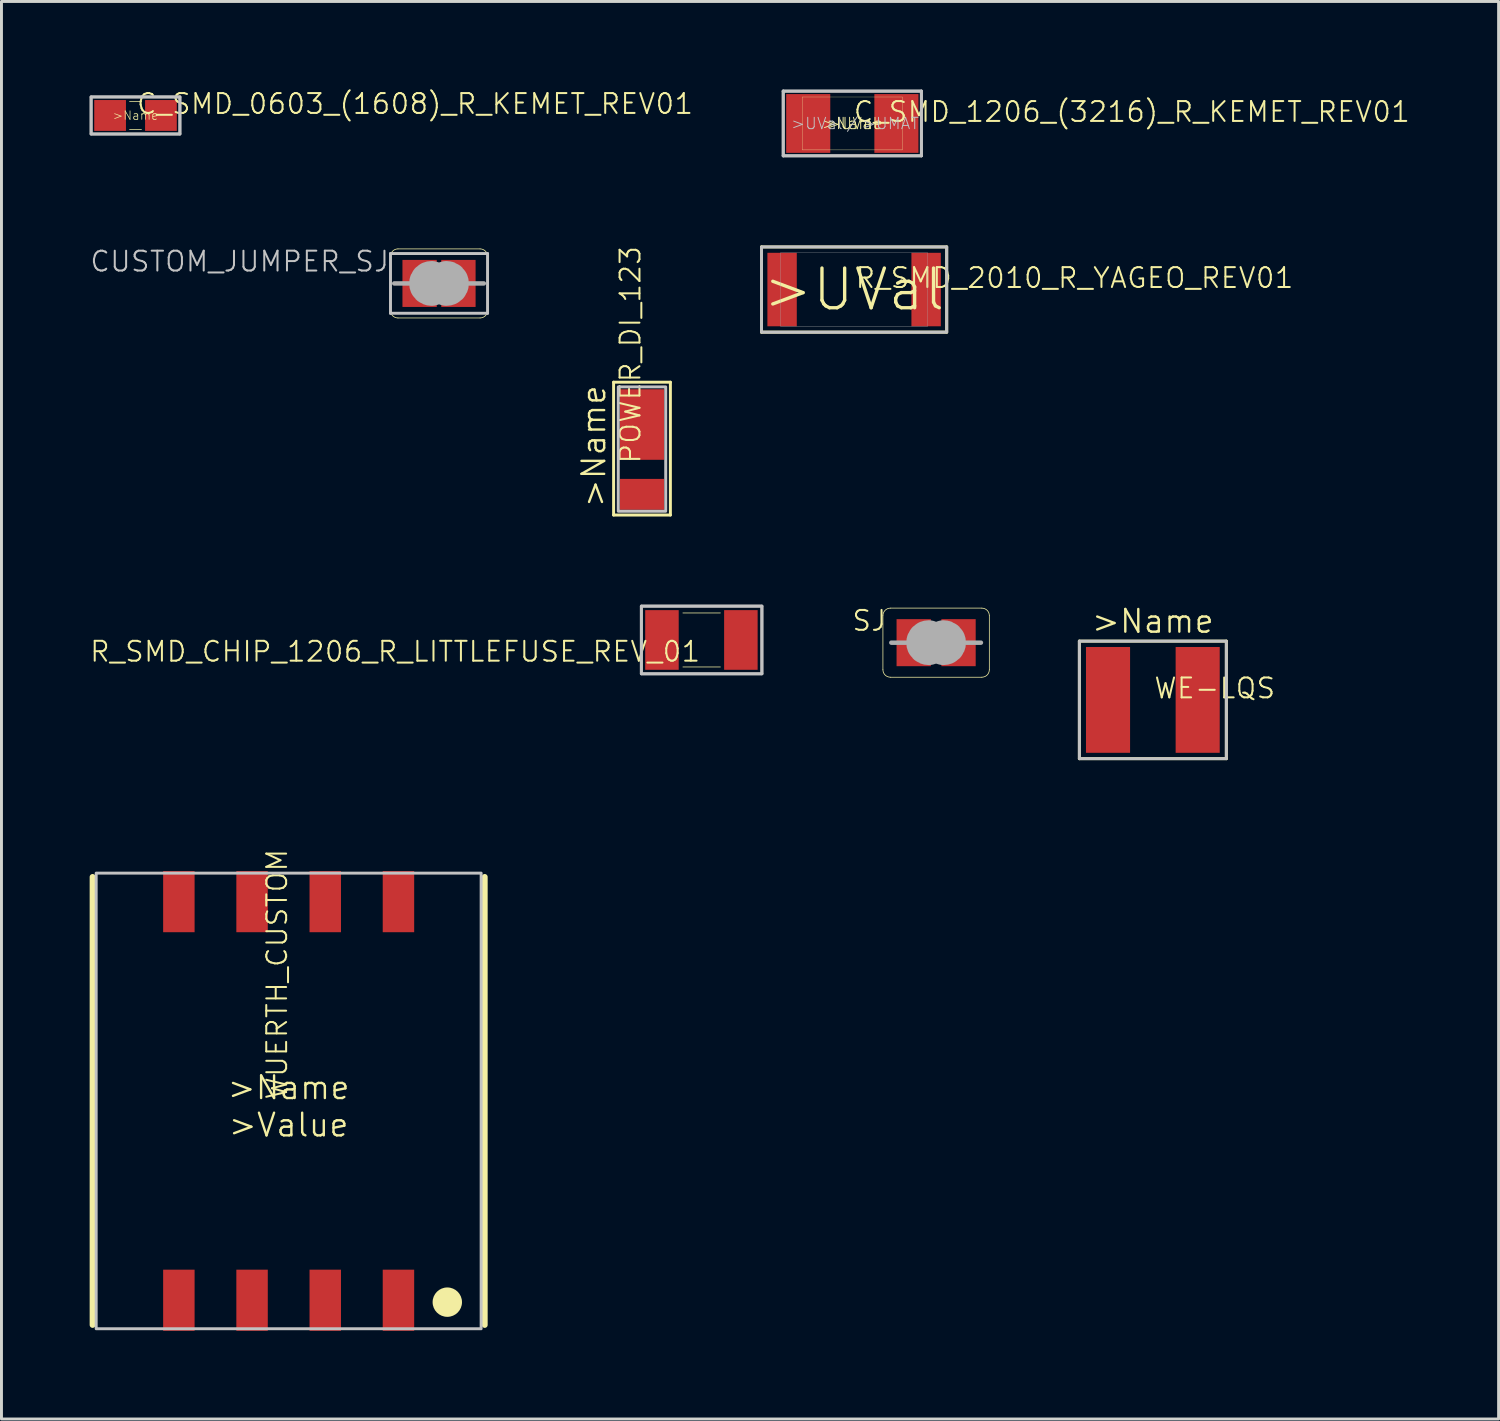
<source format=kicad_pcb>
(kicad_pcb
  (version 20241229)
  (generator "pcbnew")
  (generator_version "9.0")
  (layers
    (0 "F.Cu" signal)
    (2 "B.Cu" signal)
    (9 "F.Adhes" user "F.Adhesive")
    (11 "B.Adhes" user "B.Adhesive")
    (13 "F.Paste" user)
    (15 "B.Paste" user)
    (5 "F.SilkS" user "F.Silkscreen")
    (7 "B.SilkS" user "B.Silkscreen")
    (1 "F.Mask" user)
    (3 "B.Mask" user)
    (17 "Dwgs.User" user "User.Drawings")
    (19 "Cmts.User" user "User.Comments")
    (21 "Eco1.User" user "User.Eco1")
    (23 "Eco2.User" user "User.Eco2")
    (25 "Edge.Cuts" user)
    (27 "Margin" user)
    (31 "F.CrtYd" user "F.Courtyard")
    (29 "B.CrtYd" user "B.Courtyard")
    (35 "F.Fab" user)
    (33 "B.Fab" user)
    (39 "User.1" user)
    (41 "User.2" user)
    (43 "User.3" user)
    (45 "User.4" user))
  (footprint "C_SMD_0603_(1608)_R_KEMET_REV01"
    (layer "F.Cu")
    (at 1.56 0.878)
    (property "Reference" "C_SMD_0603_(1608)_R_KEMET_REV01" (at 0 0 180) (layer "F.SilkS") (effects (font (size 0.676 0.676) (thickness 0.068)) (justify left bottom)))
    (attr through_hole)
    (fp_line (start -0.203 -0.475) (end 0.203 -0.475) (stroke (width 0.025) (type solid)) (layer "F.SilkS"))
    (fp_line (start 0.203 0.475) (end -0.203 0.475) (stroke (width 0.025) (type solid)) (layer "F.SilkS"))
    (fp_poly (pts (xy -1.51 -0.63) (xy 1.51 -0.63) (xy 1.51 0.63) (xy -1.51 0.63)) (stroke (width 0.1) (type solid)) (fill no) (layer "Dwgs.User"))
    (fp_line (start -1.51 -0.63) (end 1.51 -0.63) (stroke (width 0.1) (type solid)) (layer "F.Fab"))
    (fp_line (start -1.51 0.63) (end -1.51 -0.63) (stroke (width 0.1) (type solid)) (layer "F.Fab"))
    (fp_line (start 1.51 -0.63) (end 1.51 0.63) (stroke (width 0.1) (type solid)) (layer "F.Fab"))
    (fp_line (start 1.51 0.63) (end -1.51 0.63) (stroke (width 0.1) (type solid)) (layer "F.Fab"))
    (fp_text user ">Name" (at 0 0 0) (layer "F.SilkS") (effects (font (size 0.29 0.29) (thickness 0.024))))
    (pad "1" smd rect (at -0.865 0) (size 1.08 1.05) (layers "F.Cu" "F.Mask" "F.Paste"))
    (pad "2" smd rect (at 0.865 0) (size 1.08 1.05) (layers "F.Cu" "F.Mask" "F.Paste")))
  (footprint "C_SMD_1206_(3216)_R_KEMET_REV01"
    (layer "F.Cu")
    (at 25.945 1.15)
    (property "Reference" "C_SMD_1206_(3216)_R_KEMET_REV01" (at 0 0 0) (layer "F.SilkS") (effects (font (size 0.676 0.676) (thickness 0.068)) (justify left bottom)))
    (attr through_hole)
    (fp_line (start -1.7 -0.9) (end 1.7 -0.9) (stroke (width 0.01) (type solid)) (layer "F.SilkS"))
    (fp_line (start -1.7 0.9) (end -1.7 -0.9) (stroke (width 0.01) (type solid)) (layer "F.SilkS"))
    (fp_line (start 1.7 -0.9) (end 1.7 0.9) (stroke (width 0.01) (type solid)) (layer "F.SilkS"))
    (fp_line (start 1.7 0.9) (end -1.7 0.9) (stroke (width 0.01) (type solid)) (layer "F.SilkS"))
    (fp_line (start -2.35 -1.1) (end 2.35 -1.1) (stroke (width 0.1) (type solid)) (layer "Dwgs.User"))
    (fp_line (start -2.35 -1.1) (end 2.35 -1.1) (stroke (width 0.1) (type solid)) (layer "Dwgs.User"))
    (fp_line (start -2.35 1.1) (end -2.35 -1.1) (stroke (width 0.1) (type solid)) (layer "Dwgs.User"))
    (fp_line (start -2.35 1.1) (end -2.35 -1.1) (stroke (width 0.1) (type solid)) (layer "Dwgs.User"))
    (fp_line (start 2.35 -1.1) (end 2.35 1.1) (stroke (width 0.1) (type solid)) (layer "Dwgs.User"))
    (fp_line (start 2.35 -1.1) (end 2.35 1.1) (stroke (width 0.1) (type solid)) (layer "Dwgs.User"))
    (fp_line (start 2.35 1.1) (end -2.35 1.1) (stroke (width 0.1) (type solid)) (layer "Dwgs.User"))
    (fp_line (start 2.35 1.1) (end -2.35 1.1) (stroke (width 0.1) (type solid)) (layer "Dwgs.User"))
    (fp_text user ">Name" (at 0 0 0) (layer "F.SilkS") (effects (font (size 0.386 0.386) (thickness 0.033))))
    (fp_text user ">UVal" (at 0 0 0) (layer "F.SilkS") (effects (font (size 0.386 0.386) (thickness 0.033))))
    (fp_text user ">UMAT" (at 0.3 0 0) (layer "Dwgs.User") (effects (font (size 0.386 0.386) (thickness 0.033)) (justify left)))
    (fp_text user "/" (at 0 0 0) (layer "Dwgs.User") (effects (font (size 0.386 0.386) (thickness 0.033))))
    (fp_text user ">UVal" (at -0.3 0 0) (layer "Dwgs.User") (effects (font (size 0.386 0.386) (thickness 0.033)) (justify right)))
    (pad "P$1" smd rect (at -1.5 0) (size 1.5 2) (layers "F.Cu" "F.Mask" "F.Paste"))
    (pad "P$2" smd rect (at 1.5 0) (size 1.5 2) (layers "F.Cu" "F.Mask" "F.Paste")))
  (footprint "WE-LQS"
    (layer "F.Cu")
    (at 36.169 20.76)
    (property "Reference" "WE-LQS" (at 0 0 0) (layer "F.SilkS") (effects (font (size 0.676 0.676) (thickness 0.068)) (justify left bottom)))
    (attr through_hole)
    (fp_line (start -2.5 -2) (end 2.5 -2) (stroke (width 0.1) (type solid)) (layer "F.SilkS"))
    (fp_line (start -2.5 2) (end -2.5 -2) (stroke (width 0.1) (type solid)) (layer "F.SilkS"))
    (fp_line (start 2.5 -2) (end 2.5 2) (stroke (width 0.1) (type solid)) (layer "F.SilkS"))
    (fp_line (start 2.5 2) (end -2.5 2) (stroke (width 0.1) (type solid)) (layer "F.SilkS"))
    (fp_poly (pts (xy -2.5 -2) (xy 2.5 -2) (xy 2.5 2) (xy -2.5 2)) (stroke (width 0.1) (type solid)) (fill no) (layer "Dwgs.User"))
    (fp_text user ">Name" (at 0 -2.223 0) (layer "F.SilkS") (effects (font (size 0.772 0.772) (thickness 0.081)) (justify bottom)))
    (pad "1" smd rect (at -1.525 0 90) (size 3.6 1.5) (layers "F.Cu" "F.Mask" "F.Paste"))
    (pad "2" smd rect (at 1.525 0 90) (size 3.6 1.5) (layers "F.Cu" "F.Mask" "F.Paste")))
  (footprint "R_SMD_2010_R_YAGEO_REV01"
    (layer "F.Cu")
    (at 26.006 6.8)
    (property "Reference" "R_SMD_2010_R_YAGEO_REV01" (at 0 0 0) (layer "F.SilkS") (effects (font (size 0.676 0.676) (thickness 0.068)) (justify left bottom)))
    (attr through_hole)
    (fp_line (start -3.15 -1.45) (end 3.15 -1.45) (stroke (width 0.1) (type solid)) (layer "F.SilkS"))
    (fp_line (start -3.15 1.45) (end -3.15 -1.45) (stroke (width 0.1) (type solid)) (layer "F.SilkS"))
    (fp_line (start 3.15 -1.45) (end 3.15 1.45) (stroke (width 0.1) (type solid)) (layer "F.SilkS"))
    (fp_line (start 3.15 1.45) (end -3.15 1.45) (stroke (width 0.1) (type solid)) (layer "F.SilkS"))
    (fp_poly (pts (xy -3.15 -1.45) (xy 3.15 -1.45) (xy 3.15 1.45) (xy -3.15 1.45)) (stroke (width 0.1) (type solid)) (fill no) (layer "Dwgs.User"))
    (fp_line (start -2.5 -1.25) (end 2.5 -1.25) (stroke (width 0.01) (type solid)) (layer "F.Fab"))
    (fp_line (start -2.5 1.25) (end -2.5 -1.25) (stroke (width 0.01) (type solid)) (layer "F.Fab"))
    (fp_line (start 2.5 -1.25) (end 2.5 1.25) (stroke (width 0.01) (type solid)) (layer "F.Fab"))
    (fp_line (start 2.5 1.25) (end -2.5 1.25) (stroke (width 0.01) (type solid)) (layer "F.Fab"))
    (fp_text user ">UVal" (at 0 0 0) (layer "F.SilkS") (effects (font (size 1.351 1.351) (thickness 0.114))))
    (pad "P$1" smd rect (at -2.45 0) (size 1 2.5) (layers "F.Cu" "F.Mask" "F.Paste"))
    (pad "P$2" smd rect (at 2.45 0) (size 1 2.5) (layers "F.Cu" "F.Mask" "F.Paste")))
  (footprint "WUERTH_CUSTOM"
    (layer "F.Cu")
    (at 6.77 34.403)
    (property "Reference" "WUERTH_CUSTOM" (at 0 0 90) (layer "F.SilkS") (effects (font (size 0.676 0.676) (thickness 0.068)) (justify left bottom)))
    (attr through_hole)
    (fp_line (start -6.67 -7.62) (end -6.67 7.62) (stroke (width 0.2) (type solid)) (layer "F.SilkS"))
    (fp_line (start 6.67 7.62) (end 6.67 -7.62) (stroke (width 0.2) (type solid)) (layer "F.SilkS"))
    (fp_circle (center 5.397 6.845) (end 5.897 6.845) (stroke (width 0) (type solid)) (fill yes) (layer "F.SilkS"))
    (fp_poly (pts (xy -6.548 -7.75) (xy -6.548 7.75) (xy 6.548 7.75) (xy 6.548 -7.75)) (stroke (width 0.1) (type solid)) (fill no) (layer "Dwgs.User"))
    (fp_text user ">Value" (at 0 1.27 0) (layer "F.SilkS") (effects (font (size 0.772 0.772) (thickness 0.081)) (justify bottom)))
    (fp_text user ">Name" (at 0 0 0) (layer "F.SilkS") (effects (font (size 0.772 0.772) (thickness 0.081)) (justify bottom)))
    (pad "1" smd rect (at 3.735 6.78 90) (size 2.08 1.07) (layers "F.Cu" "F.Mask" "F.Paste"))
    (pad "2" smd rect (at 1.245 6.78 90) (size 2.08 1.07) (layers "F.Cu" "F.Mask" "F.Paste"))
    (pad "3" smd rect (at -1.245 6.78 90) (size 2.08 1.07) (layers "F.Cu" "F.Mask" "F.Paste"))
    (pad "4" smd rect (at -3.735 6.78 270) (size 2.08 1.07) (layers "F.Cu" "F.Mask" "F.Paste"))
    (pad "5" smd rect (at -3.735 -6.78 270) (size 2.08 1.07) (layers "F.Cu" "F.Mask" "F.Paste"))
    (pad "6" smd rect (at -1.245 -6.78 270) (size 2.08 1.07) (layers "F.Cu" "F.Mask" "F.Paste"))
    (pad "7" smd rect (at 1.245 -6.78 270) (size 2.08 1.07) (layers "F.Cu" "F.Mask" "F.Paste"))
    (pad "8" smd rect (at 3.735 -6.78 270) (size 2.08 1.07) (layers "F.Cu" "F.Mask" "F.Paste")))
  (footprint "SJ"
    (layer "F.Cu")
    (at 28.796 18.813)
    (property "Reference" "SJ" (at -1.651 -1.143 0) (layer "F.SilkS") (effects (font (size 0.676 0.676) (thickness 0.068)) (justify right top)))
    (attr through_hole)
    (fp_poly (pts (xy -0.076 0.914) (xy 0.076 0.914) (xy 0.076 -0.914) (xy -0.076 -0.914)) (stroke (width 0) (type solid)) (fill yes) (layer "F.Mask"))
    (fp_line (start -1.81 0.921) (end -1.81 -0.921) (stroke (width 0.025) (type solid)) (layer "F.SilkS"))
    (fp_line (start -1.556 -1.175) (end 1.556 -1.175) (stroke (width 0.025) (type solid)) (layer "F.SilkS"))
    (fp_line (start 1.556 1.175) (end -1.556 1.175) (stroke (width 0.025) (type solid)) (layer "F.SilkS"))
    (fp_line (start 1.81 0.921) (end 1.81 -0.921) (stroke (width 0.025) (type solid)) (layer "F.SilkS"))
    (fp_arc (start -1.80975 -0.92075) (mid -1.735355 -1.100355) (end -1.55575 -1.17475) (stroke (width 0.0254) (type solid)) (layer "F.SilkS"))
    (fp_arc (start -1.55575 1.17475) (mid -1.735355 1.100355) (end -1.80975 0.92075) (stroke (width 0.0254) (type solid)) (layer "F.SilkS"))
    (fp_arc (start 1.55575 -1.17475) (mid 1.735355 -1.100355) (end 1.80975 -0.92075) (stroke (width 0.0254) (type solid)) (layer "F.SilkS"))
    (fp_arc (start 1.80975 0.92075) (mid 1.735355 1.100355) (end 1.55575 1.17475) (stroke (width 0.0254) (type solid)) (layer "F.SilkS"))
    (fp_line (start -1.016 0) (end -1.524 0) (stroke (width 0.152) (type solid)) (layer "F.Fab"))
    (fp_line (start 1.016 0) (end 1.524 0) (stroke (width 0.152) (type solid)) (layer "F.Fab"))
    (fp_arc (start -0.254 0.127) (mid -0.381 0) (end -0.254 -0.127) (stroke (width 1.27) (type solid)) (layer "F.Fab"))
    (fp_arc (start 0.254 -0.127) (mid 0.381 0) (end 0.254 0.127) (stroke (width 1.27) (type solid)) (layer "F.Fab"))
    (pad "1" smd rect (at -0.762 0) (size 1.168 1.6) (layers "F.Cu" "F.Mask" "F.Paste"))
    (pad "2" smd rect (at 0.762 0) (size 1.168 1.6) (layers "F.Cu" "F.Mask" "F.Paste")))
  (footprint "CUSTOM_JUMPER_SJ"
    (layer "F.Cu")
    (at 11.885 6.592)
    (property "Reference" "CUSTOM_JUMPER_SJ" (at -1.651 -1.143 180) (layer "Dwgs.User") (effects (font (size 0.676 0.676) (thickness 0.068)) (justify right top)))
    (attr through_hole)
    (fp_poly (pts (xy -0.076 0.914) (xy 0.076 0.914) (xy 0.076 -0.914) (xy -0.076 -0.914)) (stroke (width 0) (type solid)) (fill yes) (layer "F.Mask"))
    (fp_line (start -1.651 0.921) (end -1.651 -0.921) (stroke (width 0.025) (type solid)) (layer "F.SilkS"))
    (fp_line (start -1.397 -1.175) (end 1.397 -1.175) (stroke (width 0.025) (type solid)) (layer "F.SilkS"))
    (fp_line (start 1.397 1.175) (end -1.397 1.175) (stroke (width 0.025) (type solid)) (layer "F.SilkS"))
    (fp_line (start 1.651 0.921) (end 1.651 -0.921) (stroke (width 0.025) (type solid)) (layer "F.SilkS"))
    (fp_arc (start -1.651 -0.92075) (mid -1.576605 -1.100355) (end -1.397 -1.17475) (stroke (width 0.0254) (type solid)) (layer "F.SilkS"))
    (fp_arc (start -1.397 1.17475) (mid -1.576605 1.100355) (end -1.651 0.92075) (stroke (width 0.0254) (type solid)) (layer "F.SilkS"))
    (fp_arc (start 1.397 -1.17475) (mid 1.576605 -1.100355) (end 1.651 -0.92075) (stroke (width 0.0254) (type solid)) (layer "F.SilkS"))
    (fp_arc (start 1.651 0.92075) (mid 1.576605 1.100355) (end 1.397 1.17475) (stroke (width 0.0254) (type solid)) (layer "F.SilkS"))
    (fp_line (start -1.651 -1.016) (end 1.651 -1.016) (stroke (width 0.1) (type solid)) (layer "Dwgs.User"))
    (fp_line (start -1.651 1.016) (end -1.651 -1.016) (stroke (width 0.1) (type solid)) (layer "Dwgs.User"))
    (fp_line (start 1.651 -1.016) (end 1.651 1.016) (stroke (width 0.1) (type solid)) (layer "Dwgs.User"))
    (fp_line (start 1.651 1.016) (end -1.651 1.016) (stroke (width 0.1) (type solid)) (layer "Dwgs.User"))
    (fp_line (start -1.016 0) (end -1.524 0) (stroke (width 0.152) (type solid)) (layer "F.Fab"))
    (fp_line (start 1.016 0) (end 1.524 0) (stroke (width 0.152) (type solid)) (layer "F.Fab"))
    (fp_arc (start -0.254 0.127) (mid -0.381 0) (end -0.254 -0.127) (stroke (width 1.27) (type solid)) (layer "F.Fab"))
    (fp_arc (start 0.254 -0.127) (mid 0.381 0) (end 0.254 0.127) (stroke (width 1.27) (type solid)) (layer "F.Fab"))
    (pad "1" smd rect (at -0.66 0) (size 1.168 1.6) (layers "F.Cu" "F.Mask" "F.Paste"))
    (pad "2" smd rect (at 0.66 0) (size 1.168 1.6) (layers "F.Cu" "F.Mask" "F.Paste")))
  (footprint "POWER_DI_123"
    (layer "F.Cu")
    (at 18.79 12.767)
    (property "Reference" "POWER_DI_123" (at 0 0 90) (layer "F.SilkS") (effects (font (size 0.676 0.676) (thickness 0.068)) (justify left bottom)))
    (attr through_hole)
    (fp_line (start -0.966 -2.815) (end 0.966 -2.815) (stroke (width 0.1) (type solid)) (layer "F.SilkS"))
    (fp_line (start -0.966 1.704) (end -0.966 -2.815) (stroke (width 0.1) (type solid)) (layer "F.SilkS"))
    (fp_line (start 0.966 -2.815) (end 0.966 1.704) (stroke (width 0.1) (type solid)) (layer "F.SilkS"))
    (fp_line (start 0.966 1.704) (end -0.966 1.704) (stroke (width 0.1) (type solid)) (layer "F.SilkS"))
    (fp_poly (pts (xy -0.807 -2.656) (xy 0.807 -2.656) (xy 0.807 1.575) (xy -0.807 1.575)) (stroke (width 0.1) (type solid)) (fill no) (layer "Dwgs.User"))
    (fp_text user ">Name" (at -1.188 -0.635 90) (layer "F.SilkS") (effects (font (size 0.772 0.772) (thickness 0.081)) (justify bottom)))
    (pad "A" smd rect (at 0 1) (size 1.5 1.05) (layers "F.Cu" "F.Mask" "F.Paste"))
    (pad "K" smd rect (at 0 -1.375 180) (size 1.5 2.4) (layers "F.Cu" "F.Mask" "F.Paste")))
  (footprint "R_SMD_CHIP_1206_R_LITTLEFUSE_REV_01"
    (layer "F.Cu")
    (at 20.819 18.721)
    (property "Reference" "R_SMD_CHIP_1206_R_LITTLEFUSE_REV_01" (at 0 0 0) (layer "F.SilkS") (effects (font (size 0.676 0.676) (thickness 0.068)) (justify right top)))
    (attr through_hole)
    (fp_line (start -0.637 -0.919) (end 0.637 -0.919) (stroke (width 0.025) (type solid)) (layer "F.SilkS"))
    (fp_line (start 0.637 0.919) (end -0.637 0.919) (stroke (width 0.025) (type solid)) (layer "F.SilkS"))
    (fp_poly (pts (xy -2.05 -1.15) (xy 2.05 -1.15) (xy 2.05 1.15) (xy -2.05 1.15)) (stroke (width 0.1) (type solid)) (fill no) (layer "Dwgs.User"))
    (fp_line (start -2.05 -1.15) (end 2.05 -1.15) (stroke (width 0.1) (type solid)) (layer "F.Fab"))
    (fp_line (start -2.05 1.15) (end -2.05 -1.15) (stroke (width 0.1) (type solid)) (layer "F.Fab"))
    (fp_line (start 2.05 -1.15) (end 2.05 1.15) (stroke (width 0.1) (type solid)) (layer "F.Fab"))
    (fp_line (start 2.05 1.15) (end -2.05 1.15) (stroke (width 0.1) (type solid)) (layer "F.Fab"))
    (pad "P$1" smd rect (at -1.35 0 90) (size 2.03 1.14) (layers "F.Cu" "F.Mask" "F.Paste"))
    (pad "P$2" smd rect (at 1.335 0 90) (size 2.03 1.14) (layers "F.Cu" "F.Mask" "F.Paste")))
  (gr_rect
    (start -3 -3)
    (end 47.931 45.223)
    (stroke (width 0.1) (type default))
    (fill no)
    (layer "Edge.Cuts")))
</source>
